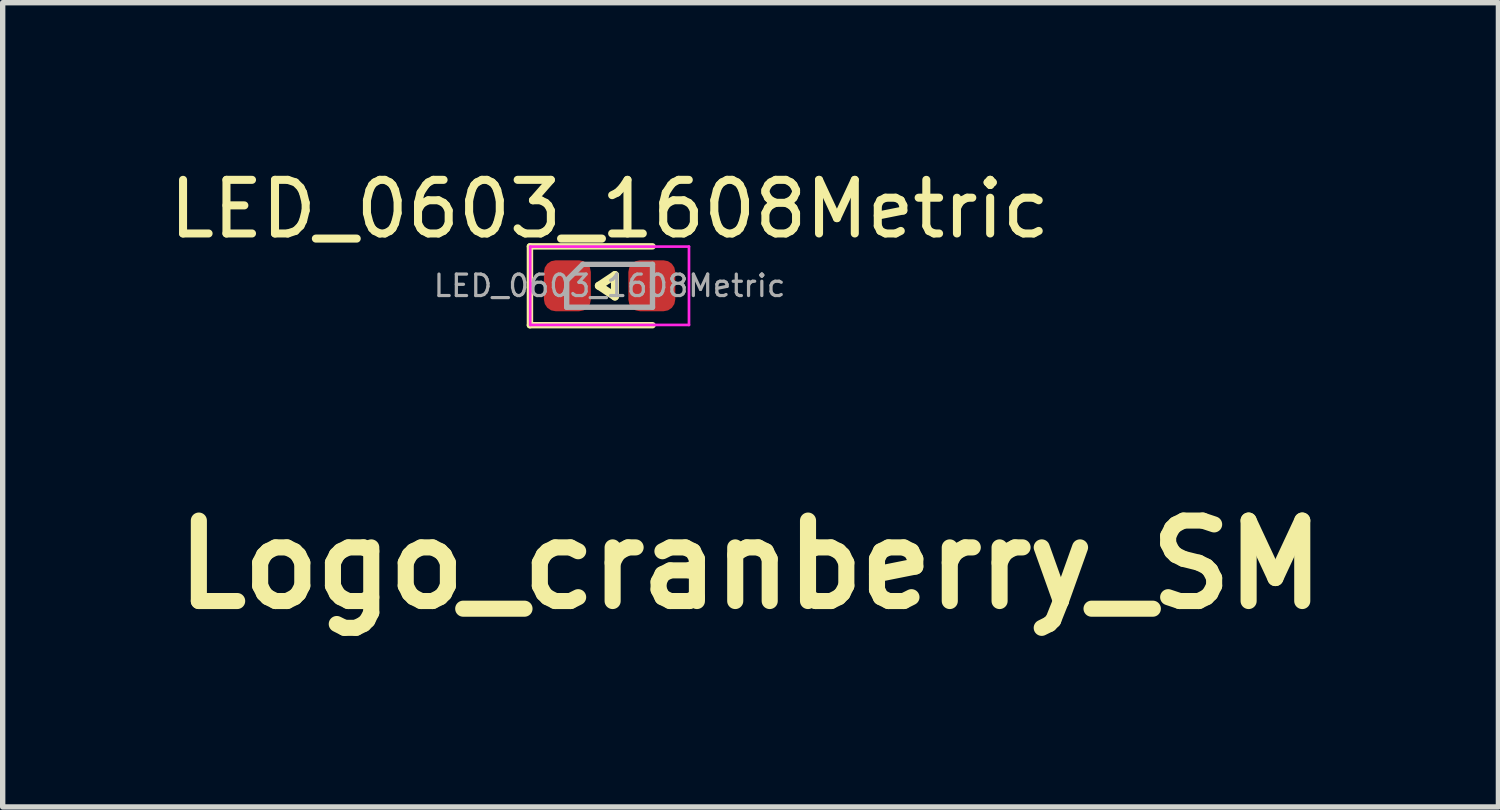
<source format=kicad_pcb>
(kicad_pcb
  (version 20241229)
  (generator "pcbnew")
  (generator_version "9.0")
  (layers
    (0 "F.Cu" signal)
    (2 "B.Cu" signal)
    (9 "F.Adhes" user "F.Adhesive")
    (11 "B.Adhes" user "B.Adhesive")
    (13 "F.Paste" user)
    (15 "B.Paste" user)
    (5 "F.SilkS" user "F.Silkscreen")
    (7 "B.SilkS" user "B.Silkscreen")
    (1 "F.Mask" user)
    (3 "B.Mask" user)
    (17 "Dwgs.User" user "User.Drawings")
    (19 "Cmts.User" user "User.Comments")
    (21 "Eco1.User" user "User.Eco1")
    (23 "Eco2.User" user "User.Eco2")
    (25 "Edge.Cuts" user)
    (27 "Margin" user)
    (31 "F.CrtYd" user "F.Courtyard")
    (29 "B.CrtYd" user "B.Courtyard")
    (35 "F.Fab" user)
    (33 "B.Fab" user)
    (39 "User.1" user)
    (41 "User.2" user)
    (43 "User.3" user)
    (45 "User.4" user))
  (footprint "Logo_cranberry_SM"
    (layer "F.Cu")
    (at 10.943 7.477)
    (property "Reference" "Logo_cranberry_SM" (at 0 0 0) (layer "F.SilkS") (effects (font (size 1.5 1.5) (thickness 0.3))))
    (attr board_only exclude_from_pos_files exclude_from_bom)
    (fp_poly (pts (xy 2.278 -0.661) (xy 2.439 -0.552) (xy 2.554 -0.392) (xy 2.606 -0.258) (xy 2.637 -0.128) (xy 2.64 -0.087) (xy 2.64 0.04) (xy 2.176 0.04) (xy 1.711 0.04) (xy 1.739 0.189) (xy 1.799 0.393) (xy 1.893 0.528) (xy 2.006 0.596) (xy 2.167 0.622) (xy 2.326 0.599) (xy 2.45 0.53) (xy 2.464 0.516) (xy 2.54 0.451) (xy 2.588 0.45) (xy 2.6 0.493) (xy 2.57 0.556) (xy 2.494 0.642) (xy 2.395 0.729) (xy 2.293 0.795) (xy 2.15 0.835) (xy 1.968 0.841) (xy 1.779 0.816) (xy 1.615 0.762) (xy 1.58 0.743) (xy 1.413 0.606) (xy 1.306 0.428) (xy 1.253 0.196) (xy 1.253 0.189) (xy 1.254 -0.04) (xy 1.711 -0.04) (xy 1.955 -0.04) (xy 2.2 -0.04) (xy 2.2 -0.231) (xy 2.178 -0.409) (xy 2.117 -0.534) (xy 2.021 -0.595) (xy 1.979 -0.6) (xy 1.874 -0.562) (xy 1.796 -0.45) (xy 1.744 -0.264) (xy 1.739 -0.23) (xy 1.711 -0.04) (xy 1.254 -0.04) (xy 1.254 -0.071) (xy 1.318 -0.286) (xy 1.447 -0.464) (xy 1.478 -0.493) (xy 1.673 -0.628) (xy 1.881 -0.7) (xy 2.087 -0.711)) (stroke (width 0) (type solid)) (fill yes) (layer "F.Mask"))
    (fp_poly (pts (xy -3.975 -0.687) (xy -3.886 -0.609) (xy -3.848 -0.494) (xy -3.865 -0.361) (xy -3.934 -0.276) (xy -4.041 -0.244) (xy -4.17 -0.272) (xy -4.26 -0.327) (xy -4.336 -0.382) (xy -4.379 -0.389) (xy -4.418 -0.349) (xy -4.425 -0.339) (xy -4.452 -0.271) (xy -4.47 -0.147) (xy -4.478 0.042) (xy -4.48 0.207) (xy -4.479 0.407) (xy -4.476 0.542) (xy -4.467 0.624) (xy -4.449 0.67) (xy -4.42 0.692) (xy -4.38 0.704) (xy -4.293 0.734) (xy -4.282 0.76) (xy -4.342 0.78) (xy -4.468 0.794) (xy -4.657 0.8) (xy -4.68 0.8) (xy -4.848 0.797) (xy -4.981 0.788) (xy -5.063 0.775) (xy -5.08 0.764) (xy -5.048 0.721) (xy -5.02 0.706) (xy -4.996 0.683) (xy -4.979 0.63) (xy -4.968 0.535) (xy -4.962 0.385) (xy -4.96 0.17) (xy -4.96 0.121) (xy -4.961 -0.105) (xy -4.966 -0.262) (xy -4.974 -0.363) (xy -4.989 -0.418) (xy -5.01 -0.439) (xy -5.02 -0.44) (xy -5.081 -0.454) (xy -5.079 -0.491) (xy -5.023 -0.54) (xy -4.922 -0.592) (xy -4.85 -0.618) (xy -4.718 -0.66) (xy -4.614 -0.694) (xy -4.57 -0.709) (xy -4.53 -0.693) (xy -4.52 -0.631) (xy -4.509 -0.537) (xy -4.472 -0.514) (xy -4.4 -0.559) (xy -4.371 -0.585) (xy -4.233 -0.677) (xy -4.096 -0.71)) (stroke (width 0) (type solid)) (fill yes) (layer "F.Mask"))
    (fp_poly (pts (xy 3.865 -0.687) (xy 3.954 -0.609) (xy 3.992 -0.494) (xy 3.975 -0.361) (xy 3.906 -0.276) (xy 3.799 -0.244) (xy 3.67 -0.272) (xy 3.58 -0.327) (xy 3.504 -0.382) (xy 3.461 -0.389) (xy 3.422 -0.349) (xy 3.415 -0.339) (xy 3.388 -0.271) (xy 3.37 -0.147) (xy 3.362 0.042) (xy 3.36 0.207) (xy 3.361 0.407) (xy 3.364 0.542) (xy 3.373 0.624) (xy 3.391 0.67) (xy 3.42 0.692) (xy 3.46 0.704) (xy 3.547 0.734) (xy 3.558 0.76) (xy 3.498 0.78) (xy 3.372 0.794) (xy 3.183 0.8) (xy 3.16 0.8) (xy 2.992 0.797) (xy 2.859 0.788) (xy 2.777 0.775) (xy 2.76 0.764) (xy 2.792 0.721) (xy 2.82 0.706) (xy 2.844 0.683) (xy 2.861 0.63) (xy 2.872 0.535) (xy 2.878 0.385) (xy 2.88 0.17) (xy 2.88 0.121) (xy 2.879 -0.105) (xy 2.874 -0.262) (xy 2.866 -0.363) (xy 2.851 -0.418) (xy 2.83 -0.439) (xy 2.82 -0.44) (xy 2.759 -0.454) (xy 2.761 -0.491) (xy 2.817 -0.54) (xy 2.918 -0.592) (xy 2.99 -0.618) (xy 3.122 -0.66) (xy 3.226 -0.694) (xy 3.27 -0.709) (xy 3.31 -0.693) (xy 3.32 -0.631) (xy 3.331 -0.537) (xy 3.368 -0.514) (xy 3.44 -0.559) (xy 3.469 -0.585) (xy 3.607 -0.677) (xy 3.744 -0.71)) (stroke (width 0) (type solid)) (fill yes) (layer "F.Mask"))
    (fp_poly (pts (xy 5.186 -0.687) (xy 5.281 -0.603) (xy 5.32 -0.487) (xy 5.32 -0.481) (xy 5.29 -0.349) (xy 5.209 -0.268) (xy 5.095 -0.244) (xy 4.964 -0.284) (xy 4.904 -0.324) (xy 4.823 -0.377) (xy 4.764 -0.385) (xy 4.723 -0.341) (xy 4.697 -0.239) (xy 4.684 -0.072) (xy 4.68 0.168) (xy 4.68 0.184) (xy 4.68 0.39) (xy 4.684 0.53) (xy 4.692 0.617) (xy 4.708 0.666) (xy 4.736 0.69) (xy 4.776 0.703) (xy 4.78 0.704) (xy 4.867 0.734) (xy 4.879 0.759) (xy 4.819 0.779) (xy 4.692 0.793) (xy 4.501 0.798) (xy 4.45 0.798) (xy 4.262 0.796) (xy 4.144 0.792) (xy 4.083 0.783) (xy 4.071 0.768) (xy 4.095 0.744) (xy 4.11 0.733) (xy 4.146 0.703) (xy 4.171 0.665) (xy 4.187 0.603) (xy 4.196 0.504) (xy 4.199 0.353) (xy 4.2 0.137) (xy 4.199 -0.08) (xy 4.196 -0.23) (xy 4.187 -0.328) (xy 4.172 -0.387) (xy 4.148 -0.421) (xy 4.116 -0.442) (xy 4.064 -0.487) (xy 4.066 -0.518) (xy 4.124 -0.55) (xy 4.228 -0.591) (xy 4.354 -0.633) (xy 4.476 -0.668) (xy 4.572 -0.689) (xy 4.617 -0.69) (xy 4.635 -0.636) (xy 4.64 -0.573) (xy 4.64 -0.479) (xy 4.806 -0.6) (xy 4.919 -0.67) (xy 5.02 -0.713) (xy 5.057 -0.72)) (stroke (width 0) (type solid)) (fill yes) (layer "F.Mask"))
    (fp_poly (pts (xy -5.709 -1.232) (xy -5.523 -1.212) (xy -5.371 -1.176) (xy -5.275 -1.125) (xy -5.275 -1.125) (xy -5.255 -1.073) (xy -5.232 -0.972) (xy -5.222 -0.91) (xy -5.214 -0.78) (xy -5.237 -0.723) (xy -5.287 -0.739) (xy -5.363 -0.828) (xy -5.41 -0.901) (xy -5.491 -1.014) (xy -5.577 -1.1) (xy -5.616 -1.126) (xy -5.768 -1.154) (xy -5.934 -1.119) (xy -6.09 -1.029) (xy -6.142 -0.98) (xy -6.245 -0.841) (xy -6.313 -0.671) (xy -6.349 -0.458) (xy -6.356 -0.187) (xy -6.353 -0.092) (xy -6.326 0.195) (xy -6.269 0.414) (xy -6.18 0.573) (xy -6.053 0.68) (xy -6.017 0.699) (xy -5.818 0.758) (xy -5.639 0.742) (xy -5.487 0.653) (xy -5.37 0.493) (xy -5.338 0.42) (xy -5.291 0.315) (xy -5.25 0.25) (xy -5.235 0.24) (xy -5.216 0.276) (xy -5.204 0.371) (xy -5.2 0.477) (xy -5.2 0.713) (xy -5.37 0.774) (xy -5.693 0.848) (xy -6.023 0.842) (xy -6.126 0.824) (xy -6.386 0.73) (xy -6.607 0.567) (xy -6.749 0.393) (xy -6.804 0.298) (xy -6.839 0.2) (xy -6.859 0.072) (xy -6.872 -0.11) (xy -6.873 -0.12) (xy -6.878 -0.302) (xy -6.872 -0.432) (xy -6.85 -0.539) (xy -6.807 -0.651) (xy -6.79 -0.69) (xy -6.643 -0.919) (xy -6.44 -1.092) (xy -6.25 -1.183) (xy -6.095 -1.219) (xy -5.908 -1.235)) (stroke (width 0) (type solid)) (fill yes) (layer "F.Mask"))
    (fp_poly (pts (xy 6.832 -0.672) (xy 6.907 -0.65) (xy 6.916 -0.619) (xy 6.854 -0.585) (xy 6.844 -0.581) (xy 6.814 -0.567) (xy 6.785 -0.541) (xy 6.753 -0.492) (xy 6.714 -0.411) (xy 6.663 -0.291) (xy 6.598 -0.121) (xy 6.513 0.108) (xy 6.421 0.36) (xy 6.296 0.696) (xy 6.191 0.96) (xy 6.104 1.16) (xy 6.032 1.299) (xy 5.989 1.363) (xy 5.88 1.456) (xy 5.742 1.509) (xy 5.602 1.517) (xy 5.486 1.476) (xy 5.463 1.457) (xy 5.411 1.362) (xy 5.403 1.25) (xy 5.439 1.155) (xy 5.477 1.121) (xy 5.584 1.084) (xy 5.682 1.104) (xy 5.795 1.182) (xy 5.916 1.284) (xy 5.974 1.192) (xy 6.029 1.087) (xy 6.058 1.013) (xy 6.052 0.945) (xy 6.017 0.819) (xy 5.959 0.649) (xy 5.885 0.451) (xy 5.8 0.238) (xy 5.71 0.024) (xy 5.62 -0.176) (xy 5.538 -0.347) (xy 5.468 -0.476) (xy 5.416 -0.547) (xy 5.415 -0.548) (xy 5.35 -0.615) (xy 5.32 -0.657) (xy 5.32 -0.658) (xy 5.357 -0.667) (xy 5.457 -0.675) (xy 5.604 -0.679) (xy 5.72 -0.68) (xy 5.914 -0.676) (xy 6.048 -0.665) (xy 6.114 -0.647) (xy 6.12 -0.639) (xy 6.088 -0.59) (xy 6.06 -0.574) (xy 6.025 -0.555) (xy 6.008 -0.523) (xy 6.012 -0.465) (xy 6.04 -0.368) (xy 6.094 -0.22) (xy 6.154 -0.065) (xy 6.307 0.331) (xy 6.461 -0.1) (xy 6.526 -0.287) (xy 6.566 -0.413) (xy 6.583 -0.493) (xy 6.58 -0.541) (xy 6.558 -0.571) (xy 6.547 -0.58) (xy 6.491 -0.63) (xy 6.497 -0.661) (xy 6.571 -0.676) (xy 6.7 -0.68)) (stroke (width 0) (type solid)) (fill yes) (layer "F.Mask"))
    (fp_poly (pts (xy 0.094 -1.285) (xy 0.116 -1.212) (xy 0.12 -1.077) (xy 0.12 -0.965) (xy 0.12 -0.609) (xy 0.29 -0.668) (xy 0.521 -0.716) (xy 0.722 -0.692) (xy 0.888 -0.6) (xy 1.013 -0.446) (xy 1.092 -0.234) (xy 1.12 0.032) (xy 1.12 0.037) (xy 1.095 0.321) (xy 1.019 0.544) (xy 0.894 0.706) (xy 0.721 0.805) (xy 0.499 0.84) (xy 0.488 0.84) (xy 0.347 0.832) (xy 0.224 0.813) (xy 0.184 0.802) (xy 0.092 0.784) (xy 0.059 0.802) (xy 0.007 0.824) (xy -0.098 0.834) (xy -0.23 0.833) (xy -0.361 0.82) (xy -0.44 0.804) (xy -0.54 0.775) (xy -0.45 0.726) (xy -0.421 0.708) (xy -0.398 0.683) (xy -0.382 0.641) (xy -0.372 0.572) (xy -0.365 0.464) (xy -0.362 0.308) (xy -0.36 0.093) (xy -0.36 -0.191) (xy -0.36 -0.199) (xy -0.361 -0.482) (xy 0.12 -0.482) (xy 0.12 0.077) (xy 0.121 0.302) (xy 0.125 0.461) (xy 0.134 0.565) (xy 0.149 0.628) (xy 0.172 0.664) (xy 0.19 0.677) (xy 0.316 0.716) (xy 0.434 0.678) (xy 0.499 0.624) (xy 0.576 0.515) (xy 0.621 0.366) (xy 0.638 0.164) (xy 0.631 -0.063) (xy 0.598 -0.293) (xy 0.532 -0.45) (xy 0.433 -0.533) (xy 0.302 -0.544) (xy 0.225 -0.522) (xy 0.12 -0.482) (xy -0.361 -0.482) (xy -0.361 -0.488) (xy -0.363 -0.707) (xy -0.367 -0.866) (xy -0.374 -0.976) (xy -0.386 -1.047) (xy -0.402 -1.088) (xy -0.423 -1.111) (xy -0.43 -1.115) (xy -0.474 -1.15) (xy -0.464 -1.181) (xy -0.391 -1.214) (xy -0.248 -1.253) (xy -0.214 -1.261) (xy -0.058 -1.298) (xy 0.04 -1.31)) (stroke (width 0) (type solid)) (fill yes) (layer "F.Mask"))
    (fp_poly (pts (xy -2.847 -0.685) (xy -2.688 -0.613) (xy -2.685 -0.611) (xy -2.602 -0.537) (xy -2.544 -0.452) (xy -2.507 -0.34) (xy -2.488 -0.184) (xy -2.481 0.03) (xy -2.481 0.105) (xy -2.478 0.316) (xy -2.468 0.461) (xy -2.445 0.554) (xy -2.406 0.608) (xy -2.346 0.636) (xy -2.301 0.646) (xy -2.252 0.66) (xy -2.257 0.688) (xy -2.318 0.749) (xy -2.319 0.75) (xy -2.442 0.82) (xy -2.591 0.843) (xy -2.735 0.819) (xy -2.836 0.755) (xy -2.915 0.67) (xy -3.023 0.755) (xy -3.164 0.822) (xy -3.335 0.842) (xy -3.503 0.815) (xy -3.613 0.758) (xy -3.699 0.653) (xy -3.743 0.538) (xy -3.738 0.404) (xy -3.32 0.404) (xy -3.295 0.499) (xy -3.234 0.588) (xy -3.161 0.637) (xy -3.143 0.64) (xy -3.079 0.619) (xy -3.009 0.578) (xy -2.955 0.525) (xy -2.928 0.448) (xy -2.92 0.321) (xy -2.92 0.298) (xy -2.923 0.172) (xy -2.938 0.106) (xy -2.972 0.082) (xy -3.003 0.08) (xy -3.095 0.112) (xy -3.195 0.192) (xy -3.278 0.293) (xy -3.319 0.39) (xy -3.32 0.404) (xy -3.738 0.404) (xy -3.737 0.376) (xy -3.657 0.236) (xy -3.506 0.121) (xy -3.288 0.034) (xy -3.157 0.003) (xy -2.92 -0.044) (xy -2.92 -0.233) (xy -2.939 -0.401) (xy -2.993 -0.523) (xy -3.073 -0.587) (xy -3.131 -0.592) (xy -3.191 -0.562) (xy -3.236 -0.481) (xy -3.265 -0.384) (xy -3.313 -0.237) (xy -3.374 -0.155) (xy -3.461 -0.123) (xy -3.502 -0.121) (xy -3.605 -0.151) (xy -3.666 -0.232) (xy -3.68 -0.342) (xy -3.644 -0.46) (xy -3.585 -0.539) (xy -3.438 -0.636) (xy -3.249 -0.694) (xy -3.043 -0.711)) (stroke (width 0) (type solid)) (fill yes) (layer "F.Mask"))
    (fp_poly (pts (xy -0.996 -0.685) (xy -0.944 -0.664) (xy -0.862 -0.618) (xy -0.802 -0.548) (xy -0.761 -0.444) (xy -0.736 -0.295) (xy -0.723 -0.087) (xy -0.72 0.167) (xy -0.718 0.386) (xy -0.713 0.537) (xy -0.702 0.633) (xy -0.684 0.685) (xy -0.66 0.706) (xy -0.599 0.741) (xy -0.615 0.769) (xy -0.703 0.788) (xy -0.86 0.799) (xy -0.96 0.8) (xy -1.149 0.795) (xy -1.271 0.779) (xy -1.322 0.755) (xy -1.299 0.723) (xy -1.26 0.706) (xy -1.236 0.684) (xy -1.219 0.632) (xy -1.208 0.538) (xy -1.202 0.391) (xy -1.2 0.179) (xy -1.2 0.102) (xy -1.2 -0.124) (xy -1.203 -0.283) (xy -1.209 -0.387) (xy -1.222 -0.448) (xy -1.242 -0.481) (xy -1.273 -0.496) (xy -1.296 -0.502) (xy -1.404 -0.501) (xy -1.516 -0.462) (xy -1.64 -0.398) (xy -1.64 0.121) (xy -1.639 0.335) (xy -1.635 0.483) (xy -1.625 0.579) (xy -1.609 0.638) (xy -1.583 0.672) (xy -1.56 0.689) (xy -1.498 0.74) (xy -1.48 0.77) (xy -1.517 0.783) (xy -1.617 0.793) (xy -1.762 0.799) (xy -1.86 0.8) (xy -2.039 0.796) (xy -2.168 0.785) (xy -2.234 0.768) (xy -2.24 0.76) (xy -2.208 0.724) (xy -2.184 0.72) (xy -2.144 0.709) (xy -2.116 0.67) (xy -2.097 0.592) (xy -2.086 0.463) (xy -2.081 0.274) (xy -2.08 0.098) (xy -2.081 -0.11) (xy -2.085 -0.252) (xy -2.095 -0.342) (xy -2.112 -0.396) (xy -2.14 -0.427) (xy -2.163 -0.442) (xy -2.213 -0.475) (xy -2.218 -0.505) (xy -2.17 -0.54) (xy -2.059 -0.586) (xy -1.95 -0.627) (xy -1.797 -0.677) (xy -1.703 -0.694) (xy -1.656 -0.674) (xy -1.64 -0.618) (xy -1.64 -0.603) (xy -1.634 -0.564) (xy -1.603 -0.558) (xy -1.532 -0.587) (xy -1.453 -0.625) (xy -1.283 -0.697) (xy -1.141 -0.716)) (stroke (width 0) (type solid)) (fill yes) (layer "F.Mask")))
  (footprint "LED_0603_1608Metric"
    (layer "F.Cu")
    (at 8.315 2.278)
    (property "Reference" "LED_0603_1608Metric" (at 0 -1.43 0) (layer "F.SilkS") (effects (font (size 1 1) (thickness 0.15))))
    (attr smd)
    (fp_line (start -1.485 -0.735) (end -1.485 0.735) (stroke (width 0.12) (type solid)) (layer "F.SilkS"))
    (fp_line (start -1.485 0.735) (end 0.8 0.735) (stroke (width 0.12) (type solid)) (layer "F.SilkS"))
    (fp_line (start -0.2 0) (end 0.1 -0.2) (stroke (width 0.15) (type default)) (layer "F.SilkS"))
    (fp_line (start 0.1 -0.2) (end 0.1 0.2) (stroke (width 0.15) (type default)) (layer "F.SilkS"))
    (fp_line (start 0.1 0.2) (end -0.2 0) (stroke (width 0.15) (type default)) (layer "F.SilkS"))
    (fp_line (start 0.8 -0.735) (end -1.485 -0.735) (stroke (width 0.12) (type solid)) (layer "F.SilkS"))
    (fp_line (start -1.48 -0.73) (end 1.48 -0.73) (stroke (width 0.05) (type solid)) (layer "F.CrtYd"))
    (fp_line (start -1.48 0.73) (end -1.48 -0.73) (stroke (width 0.05) (type solid)) (layer "F.CrtYd"))
    (fp_line (start 1.48 -0.73) (end 1.48 0.73) (stroke (width 0.05) (type solid)) (layer "F.CrtYd"))
    (fp_line (start 1.48 0.73) (end -1.48 0.73) (stroke (width 0.05) (type solid)) (layer "F.CrtYd"))
    (fp_line (start -0.8 -0.1) (end -0.8 0.4) (stroke (width 0.1) (type solid)) (layer "F.Fab"))
    (fp_line (start -0.8 0.4) (end 0.8 0.4) (stroke (width 0.1) (type solid)) (layer "F.Fab"))
    (fp_line (start -0.5 -0.4) (end -0.8 -0.1) (stroke (width 0.1) (type solid)) (layer "F.Fab"))
    (fp_line (start 0.8 -0.4) (end -0.5 -0.4) (stroke (width 0.1) (type solid)) (layer "F.Fab"))
    (fp_line (start 0.8 0.4) (end 0.8 -0.4) (stroke (width 0.1) (type solid)) (layer "F.Fab"))
    (fp_text user "${REFERENCE}" (at 0 0 0) (layer "F.Fab") (effects (font (size 0.4 0.4) (thickness 0.06))))
    (pad "1" smd roundrect (at -0.787 0) (size 0.875 0.95) (layers "F.Cu" "F.Mask" "F.Paste") (roundrect_rratio 0.25))
    (pad "2" smd roundrect (at 0.787 0) (size 0.875 0.95) (layers "F.Cu" "F.Mask" "F.Paste") (roundrect_rratio 0.25)))
  (gr_rect
    (start -3 -3)
    (end 24.886 11.994)
    (stroke (width 0.1) (type default))
    (fill no)
    (layer "Edge.Cuts")))
</source>
